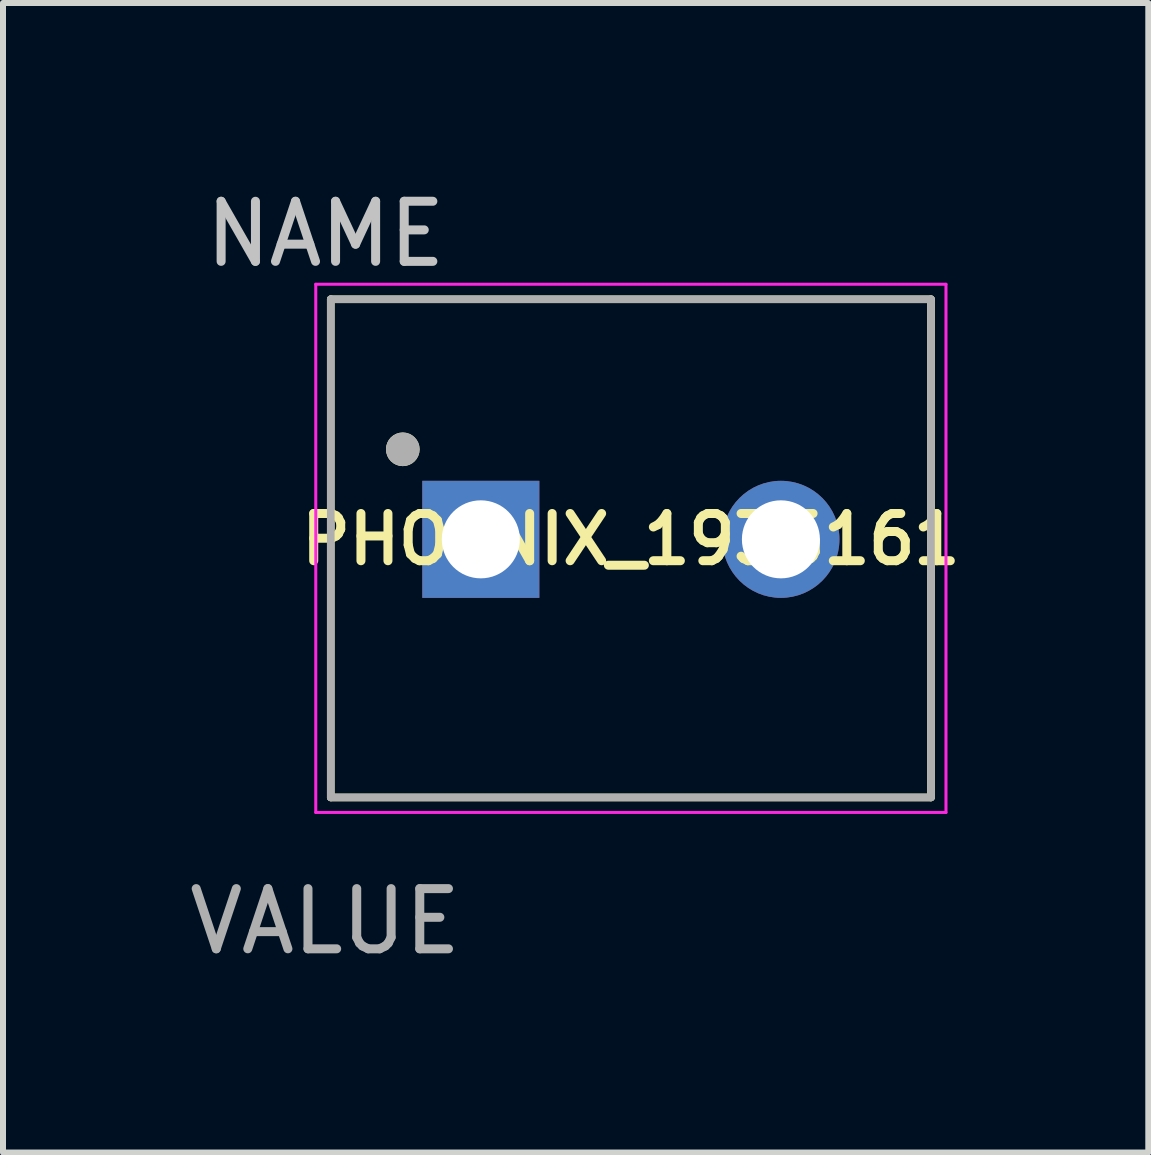
<source format=kicad_pcb>
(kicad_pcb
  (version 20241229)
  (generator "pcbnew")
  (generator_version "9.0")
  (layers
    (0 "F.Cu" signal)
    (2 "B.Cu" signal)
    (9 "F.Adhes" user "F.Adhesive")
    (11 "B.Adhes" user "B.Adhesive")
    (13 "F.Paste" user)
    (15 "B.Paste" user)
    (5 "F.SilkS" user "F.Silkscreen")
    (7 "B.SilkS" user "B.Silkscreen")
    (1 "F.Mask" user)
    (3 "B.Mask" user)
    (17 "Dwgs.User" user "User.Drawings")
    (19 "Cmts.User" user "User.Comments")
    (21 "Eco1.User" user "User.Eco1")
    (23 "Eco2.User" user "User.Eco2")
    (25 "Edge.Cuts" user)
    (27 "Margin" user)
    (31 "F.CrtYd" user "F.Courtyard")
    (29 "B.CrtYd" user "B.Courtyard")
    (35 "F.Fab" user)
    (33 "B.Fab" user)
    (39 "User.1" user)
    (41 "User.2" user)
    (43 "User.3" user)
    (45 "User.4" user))
  (footprint "PHOENIX_1935161"
    (layer "F.Cu")
    (at 7.461 5.936)
    (property "Reference" "PHOENIX_1935161" (at 0 0 0) (layer "F.SilkS") (effects (font (size 0.787 0.787) (thickness 0.15))))
    (attr through_hole)
    (fp_line (start -5 -4) (end 5 -4) (stroke (width 0.127) (type solid)) (layer "F.SilkS"))
    (fp_line (start -5 4.3) (end -5 -4) (stroke (width 0.127) (type solid)) (layer "F.SilkS"))
    (fp_line (start 5 -4) (end 5 4.3) (stroke (width 0.127) (type solid)) (layer "F.SilkS"))
    (fp_line (start 5 4.3) (end -5 4.3) (stroke (width 0.127) (type solid)) (layer "F.SilkS"))
    (fp_circle (center -3.8 -1.5) (end -3.66 -1.5) (stroke (width 0.28) (type solid)) (fill no) (layer "F.SilkS"))
    (fp_line (start -5.25 -4.25) (end 5.25 -4.25) (stroke (width 0.05) (type solid)) (layer "F.CrtYd"))
    (fp_line (start -5.25 4.55) (end -5.25 -4.25) (stroke (width 0.05) (type solid)) (layer "F.CrtYd"))
    (fp_line (start 5.25 -4.25) (end 5.25 4.55) (stroke (width 0.05) (type solid)) (layer "F.CrtYd"))
    (fp_line (start 5.25 4.55) (end -5.25 4.55) (stroke (width 0.05) (type solid)) (layer "F.CrtYd"))
    (fp_line (start -5 -4) (end 5 -4) (stroke (width 0.127) (type solid)) (layer "F.Fab"))
    (fp_line (start -5 4.3) (end -5 -4) (stroke (width 0.127) (type solid)) (layer "F.Fab"))
    (fp_line (start 5 -4) (end 5 4.3) (stroke (width 0.127) (type solid)) (layer "F.Fab"))
    (fp_line (start 5 4.3) (end -5 4.3) (stroke (width 0.127) (type solid)) (layer "F.Fab"))
    (fp_circle (center -3.8 -1.5) (end -3.66 -1.5) (stroke (width 0.28) (type solid)) (fill no) (layer "F.Fab"))
    (fp_text user "NAME" (at -5.087 -5.087 0) (layer "Dwgs.User") (effects (font (size 1.001 1.001) (thickness 0.15))))
    (fp_text user "VALUE" (at -5.093 6.366 0) (layer "F.Fab") (effects (font (size 1.003 1.003) (thickness 0.15))))
    (pad "1" thru_hole rect (at -2.5 0) (size 1.95 1.95) (drill 1.3) (layers "*.Cu" "*.Mask"))
    (pad "2" thru_hole circle (at 2.5 0) (size 1.95 1.95) (drill 1.3) (layers "*.Cu" "*.Mask")))
  (gr_rect
    (start -3 -3)
    (end 16.082 16.152)
    (stroke (width 0.1) (type default))
    (fill no)
    (layer "Edge.Cuts")))
</source>
